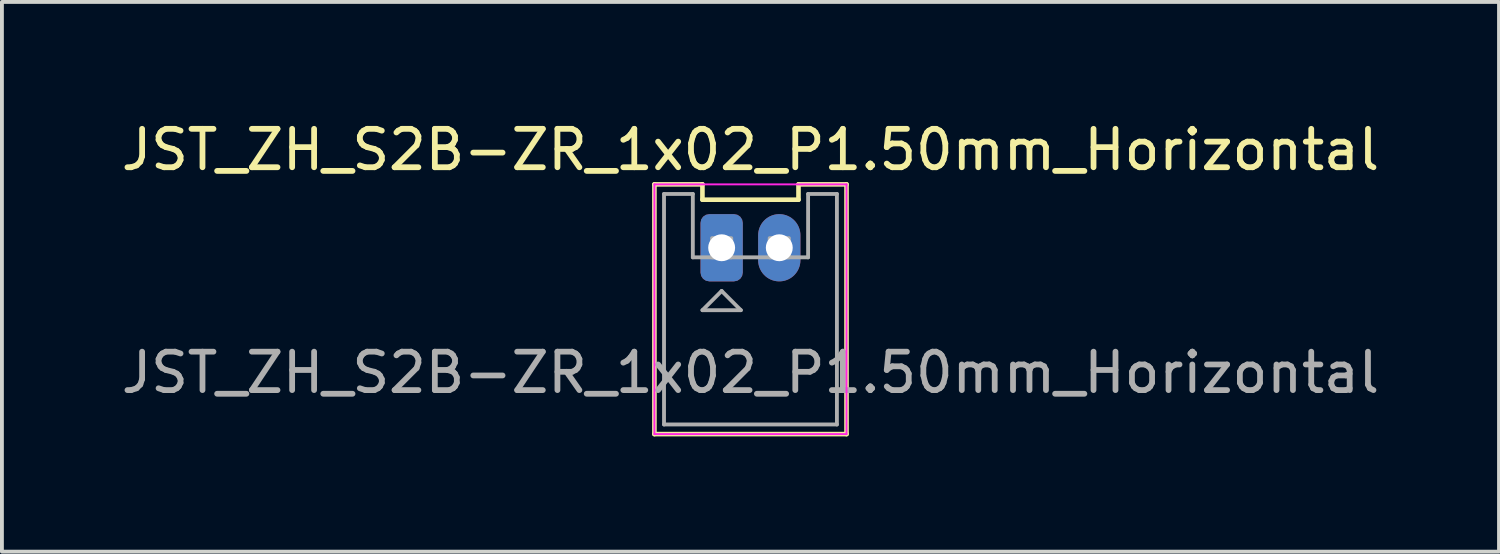
<source format=kicad_pcb>
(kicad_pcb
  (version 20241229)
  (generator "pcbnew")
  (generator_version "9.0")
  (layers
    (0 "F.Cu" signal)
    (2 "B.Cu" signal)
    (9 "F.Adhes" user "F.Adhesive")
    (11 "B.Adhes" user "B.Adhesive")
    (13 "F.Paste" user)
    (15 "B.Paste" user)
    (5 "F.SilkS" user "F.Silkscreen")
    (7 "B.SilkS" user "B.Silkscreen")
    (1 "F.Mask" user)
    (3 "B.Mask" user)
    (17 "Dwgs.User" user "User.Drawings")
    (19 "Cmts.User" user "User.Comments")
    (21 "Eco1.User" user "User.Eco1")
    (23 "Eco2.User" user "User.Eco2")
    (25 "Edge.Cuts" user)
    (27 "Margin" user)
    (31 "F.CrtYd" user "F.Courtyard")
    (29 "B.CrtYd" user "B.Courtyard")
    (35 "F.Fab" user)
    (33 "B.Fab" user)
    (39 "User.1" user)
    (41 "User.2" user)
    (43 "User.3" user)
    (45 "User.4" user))
  (footprint "JST_ZH_S2B-ZR_1x02_P1.50mm_Horizontal"
    (layer "F.Cu")
    (at 16.482 3.398)
    (property "Reference" "JST_ZH_S2B-ZR_1x02_P1.50mm_Horizontal" (at 0 -2.55 0) (layer "F.SilkS") (effects (font (size 1 1) (thickness 0.15))))
    (attr through_hole)
    (fp_line (start -2.5 -1.65) (end -2.5 4.85) (stroke (width 0.12) (type solid)) (layer "F.SilkS"))
    (fp_line (start -2.5 4.85) (end 2.5 4.85) (stroke (width 0.12) (type solid)) (layer "F.SilkS"))
    (fp_line (start -1.25 -1.65) (end -2.5 -1.65) (stroke (width 0.12) (type solid)) (layer "F.SilkS"))
    (fp_line (start -1.25 -1.25) (end -1.25 -1.65) (stroke (width 0.12) (type solid)) (layer "F.SilkS"))
    (fp_line (start 1.25 -1.65) (end 1.25 -1.25) (stroke (width 0.12) (type solid)) (layer "F.SilkS"))
    (fp_line (start 1.25 -1.25) (end -1.25 -1.25) (stroke (width 0.12) (type solid)) (layer "F.SilkS"))
    (fp_line (start 2.5 -1.65) (end 1.25 -1.65) (stroke (width 0.12) (type solid)) (layer "F.SilkS"))
    (fp_line (start 2.5 4.85) (end 2.5 -1.65) (stroke (width 0.12) (type solid)) (layer "F.SilkS"))
    (fp_line (start -2.5 -1.65) (end -2.5 4.85) (stroke (width 0.05) (type solid)) (layer "F.CrtYd"))
    (fp_line (start -2.5 4.85) (end 2.5 4.85) (stroke (width 0.05) (type solid)) (layer "F.CrtYd"))
    (fp_line (start 2.5 -1.65) (end -2.5 -1.65) (stroke (width 0.05) (type solid)) (layer "F.CrtYd"))
    (fp_line (start 2.5 4.85) (end 2.5 -1.65) (stroke (width 0.05) (type solid)) (layer "F.CrtYd"))
    (fp_line (start -2.25 -1.4) (end -2.25 4.6) (stroke (width 0.1) (type solid)) (layer "F.Fab"))
    (fp_line (start -2.25 4.6) (end 2.25 4.6) (stroke (width 0.1) (type solid)) (layer "F.Fab"))
    (fp_line (start -1.5 -1.4) (end -2.25 -1.4) (stroke (width 0.1) (type solid)) (layer "F.Fab"))
    (fp_line (start -1.5 0.25) (end -1.5 -1.4) (stroke (width 0.1) (type solid)) (layer "F.Fab"))
    (fp_line (start -1.25 1.625) (end -0.25 1.625) (stroke (width 0.1) (type solid)) (layer "F.Fab"))
    (fp_line (start -0.75 1.125) (end -1.25 1.625) (stroke (width 0.1) (type solid)) (layer "F.Fab"))
    (fp_line (start -0.25 1.625) (end -0.75 1.125) (stroke (width 0.1) (type solid)) (layer "F.Fab"))
    (fp_line (start 1.5 -1.4) (end 1.5 0.25) (stroke (width 0.1) (type solid)) (layer "F.Fab"))
    (fp_line (start 1.5 0.25) (end -1.5 0.25) (stroke (width 0.1) (type solid)) (layer "F.Fab"))
    (fp_line (start 2.25 -1.4) (end 1.5 -1.4) (stroke (width 0.1) (type solid)) (layer "F.Fab"))
    (fp_line (start 2.25 4.6) (end 2.25 -1.4) (stroke (width 0.1) (type solid)) (layer "F.Fab"))
    (fp_poly (pts (xy -0.5 0.25) (xy -1 0.25) (xy -1 -0.25) (xy -0.5 -0.25)) (stroke (width 0.1) (type solid)) (fill no) (layer "F.Fab"))
    (fp_poly (pts (xy 1 0.25) (xy 0.5 0.25) (xy 0.5 -0.25) (xy 1 -0.25)) (stroke (width 0.1) (type solid)) (fill no) (layer "F.Fab"))
    (fp_text user "${REFERENCE}" (at 0 3.25 0) (layer "F.Fab") (effects (font (size 1 1) (thickness 0.15))))
    (pad "1" thru_hole roundrect (at -0.75 0) (size 1.1 1.75) (drill 0.7) (layers "*.Cu" "*.Mask") (roundrect_rratio 0.208))
    (pad "2" thru_hole oval (at 0.75 0) (size 1.1 1.75) (drill 0.7) (layers "*.Cu" "*.Mask")))
  (gr_rect
    (start -3 -3)
    (end 35.964 11.308)
    (stroke (width 0.1) (type default))
    (fill no)
    (layer "Edge.Cuts")))
</source>
